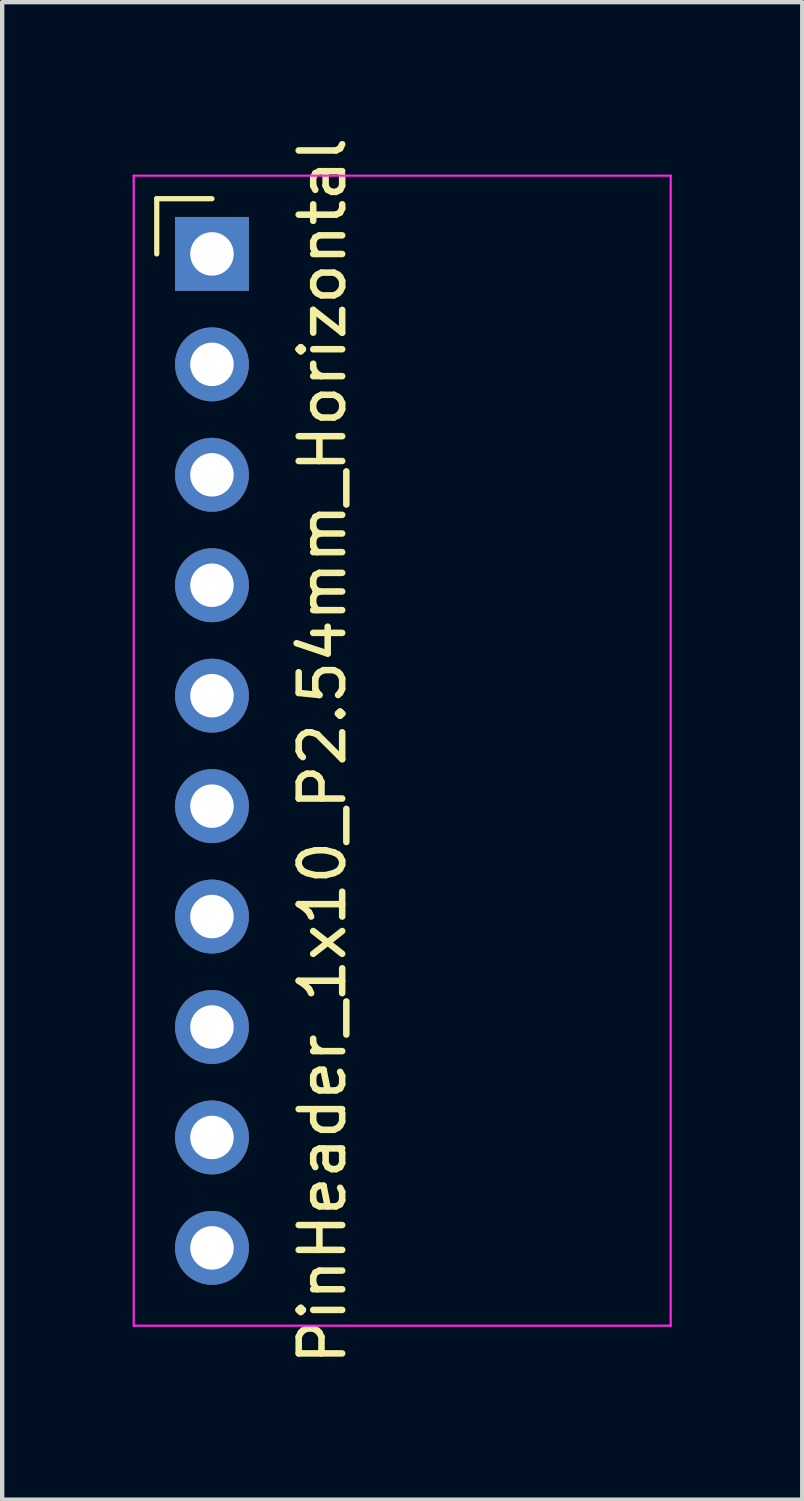
<source format=kicad_pcb>
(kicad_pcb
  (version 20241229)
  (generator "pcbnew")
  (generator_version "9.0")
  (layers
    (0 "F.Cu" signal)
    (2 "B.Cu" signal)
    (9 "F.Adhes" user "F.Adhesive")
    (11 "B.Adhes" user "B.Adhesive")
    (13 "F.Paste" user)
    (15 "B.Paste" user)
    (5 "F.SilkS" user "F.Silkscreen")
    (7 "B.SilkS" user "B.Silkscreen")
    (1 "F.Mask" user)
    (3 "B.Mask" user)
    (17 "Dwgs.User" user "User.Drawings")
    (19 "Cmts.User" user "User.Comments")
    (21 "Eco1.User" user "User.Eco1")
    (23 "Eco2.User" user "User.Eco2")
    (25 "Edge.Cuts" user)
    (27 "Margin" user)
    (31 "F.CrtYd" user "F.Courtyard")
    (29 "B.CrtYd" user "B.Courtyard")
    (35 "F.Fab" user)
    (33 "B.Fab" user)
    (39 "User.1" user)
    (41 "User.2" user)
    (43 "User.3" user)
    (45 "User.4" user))
  (footprint "PinHeader_1x10_P2.54mm_Horizontal"
    (layer "F.Cu")
    (at 1.825 2.79)
    (property "Reference" "PinHeader_1x10_P2.54mm_Horizontal" (at 2.54 11.43 90) (layer "F.SilkS") (effects (font (size 1 1) (thickness 0.15))))
    (attr through_hole)
    (fp_line (start -1.27 -1.27) (end 0 -1.27) (stroke (width 0.12) (type solid)) (layer "F.SilkS"))
    (fp_line (start -1.27 0) (end -1.27 -1.27) (stroke (width 0.12) (type solid)) (layer "F.SilkS"))
    (fp_line (start -1.8 -1.8) (end -1.8 24.65) (stroke (width 0.05) (type solid)) (layer "F.CrtYd"))
    (fp_line (start -1.8 24.65) (end 10.55 24.65) (stroke (width 0.05) (type solid)) (layer "F.CrtYd"))
    (fp_line (start 10.55 -1.8) (end -1.8 -1.8) (stroke (width 0.05) (type solid)) (layer "F.CrtYd"))
    (fp_line (start 10.55 24.65) (end 10.55 -1.8) (stroke (width 0.05) (type solid)) (layer "F.CrtYd"))
    (pad "1" thru_hole rect (at 0 0) (size 1.7 1.7) (drill 1) (layers "*.Cu" "*.Mask"))
    (pad "2" thru_hole oval (at 0 2.54) (size 1.7 1.7) (drill 1) (layers "*.Cu" "*.Mask"))
    (pad "3" thru_hole oval (at 0 5.08) (size 1.7 1.7) (drill 1) (layers "*.Cu" "*.Mask"))
    (pad "4" thru_hole oval (at 0 7.62) (size 1.7 1.7) (drill 1) (layers "*.Cu" "*.Mask"))
    (pad "5" thru_hole oval (at 0 10.16) (size 1.7 1.7) (drill 1) (layers "*.Cu" "*.Mask"))
    (pad "6" thru_hole oval (at 0 12.7) (size 1.7 1.7) (drill 1) (layers "*.Cu" "*.Mask"))
    (pad "7" thru_hole oval (at 0 15.24) (size 1.7 1.7) (drill 1) (layers "*.Cu" "*.Mask"))
    (pad "8" thru_hole oval (at 0 17.78) (size 1.7 1.7) (drill 1) (layers "*.Cu" "*.Mask"))
    (pad "9" thru_hole oval (at 0 20.32) (size 1.7 1.7) (drill 1) (layers "*.Cu" "*.Mask"))
    (pad "10" thru_hole oval (at 0 22.86) (size 1.7 1.7) (drill 1) (layers "*.Cu" "*.Mask")))
  (gr_rect
    (start -3 -3)
    (end 15.4 31.44)
    (stroke (width 0.1) (type default))
    (fill no)
    (layer "Edge.Cuts")))
</source>
